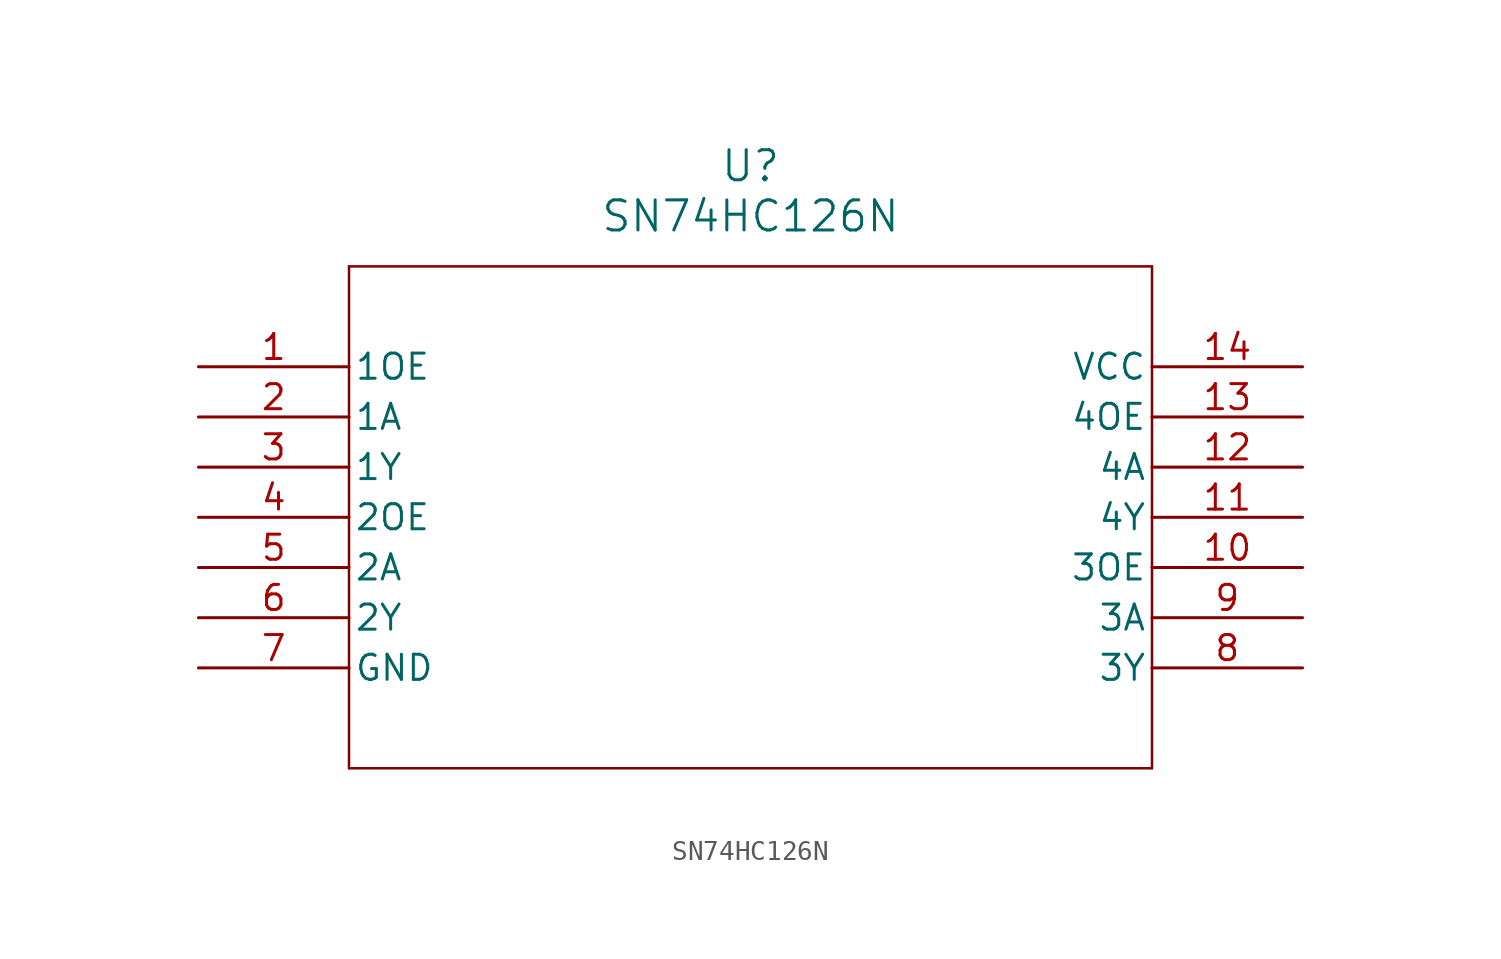
<source format=kicad_sym>
(kicad_symbol_lib
  (version 20211014)
  (generator kicad_symbol_editor)
  (symbol "SN74HC126N"
    (pin_names
      (offset 0.254))
    (property "Reference" "U"
      (at 27.94 10.16 0)
      (effects (font (size 1.524 1.524))))
    (property "Value" "SN74HC126N"
      (at 27.94 7.62 0)
      (effects (font (size 1.524 1.524))))
    (symbol "SN74HC126N_0_1"
      (polyline (pts (xy 7.62 5.08) (xy 7.62 -20.32)) (stroke (width 0.127) (type default) (color 0 0 0 0)) (fill (type none)))
      (polyline (pts (xy 7.62 -20.32) (xy 48.26 -20.32)) (stroke (width 0.127) (type default) (color 0 0 0 0)) (fill (type none)))
      (polyline (pts (xy 48.26 -20.32) (xy 48.26 5.08)) (stroke (width 0.127) (type default) (color 0 0 0 0)) (fill (type none)))
      (polyline (pts (xy 48.26 5.08) (xy 7.62 5.08)) (stroke (width 0.127) (type default) (color 0 0 0 0)) (fill (type none)))
      (pin input line (at 0 0 0) (length 7.62) (name "1OE" (effects (font (size 1.27 1.27)))) (number "1" (effects (font (size 1.27 1.27)))))
      (pin input line (at 0 -2.54 0) (length 7.62) (name "1A" (effects (font (size 1.27 1.27)))) (number "2" (effects (font (size 1.27 1.27)))))
      (pin output line (at 0 -5.08 0) (length 7.62) (name "1Y" (effects (font (size 1.27 1.27)))) (number "3" (effects (font (size 1.27 1.27)))))
      (pin input line (at 0 -7.62 0) (length 7.62) (name "2OE" (effects (font (size 1.27 1.27)))) (number "4" (effects (font (size 1.27 1.27)))))
      (pin input line (at 0 -10.16 0) (length 7.62) (name "2A" (effects (font (size 1.27 1.27)))) (number "5" (effects (font (size 1.27 1.27)))))
      (pin output line (at 0 -12.7 0) (length 7.62) (name "2Y" (effects (font (size 1.27 1.27)))) (number "6" (effects (font (size 1.27 1.27)))))
      (pin power_in line (at 0 -15.24 0) (length 7.62) (name "GND" (effects (font (size 1.27 1.27)))) (number "7" (effects (font (size 1.27 1.27)))))
      (pin output line (at 55.88 -15.24 180) (length 7.62) (name "3Y" (effects (font (size 1.27 1.27)))) (number "8" (effects (font (size 1.27 1.27)))))
      (pin input line (at 55.88 -12.7 180) (length 7.62) (name "3A" (effects (font (size 1.27 1.27)))) (number "9" (effects (font (size 1.27 1.27)))))
      (pin input line (at 55.88 -10.16 180) (length 7.62) (name "3OE" (effects (font (size 1.27 1.27)))) (number "10" (effects (font (size 1.27 1.27)))))
      (pin output line (at 55.88 -7.62 180) (length 7.62) (name "4Y" (effects (font (size 1.27 1.27)))) (number "11" (effects (font (size 1.27 1.27)))))
      (pin input line (at 55.88 -5.08 180) (length 7.62) (name "4A" (effects (font (size 1.27 1.27)))) (number "12" (effects (font (size 1.27 1.27)))))
      (pin input line (at 55.88 -2.54 180) (length 7.62) (name "4OE" (effects (font (size 1.27 1.27)))) (number "13" (effects (font (size 1.27 1.27)))))
      (pin power_in line (at 55.88 0 180) (length 7.62) (name "VCC" (effects (font (size 1.27 1.27)))) (number "14" (effects (font (size 1.27 1.27))))))))
</source>
